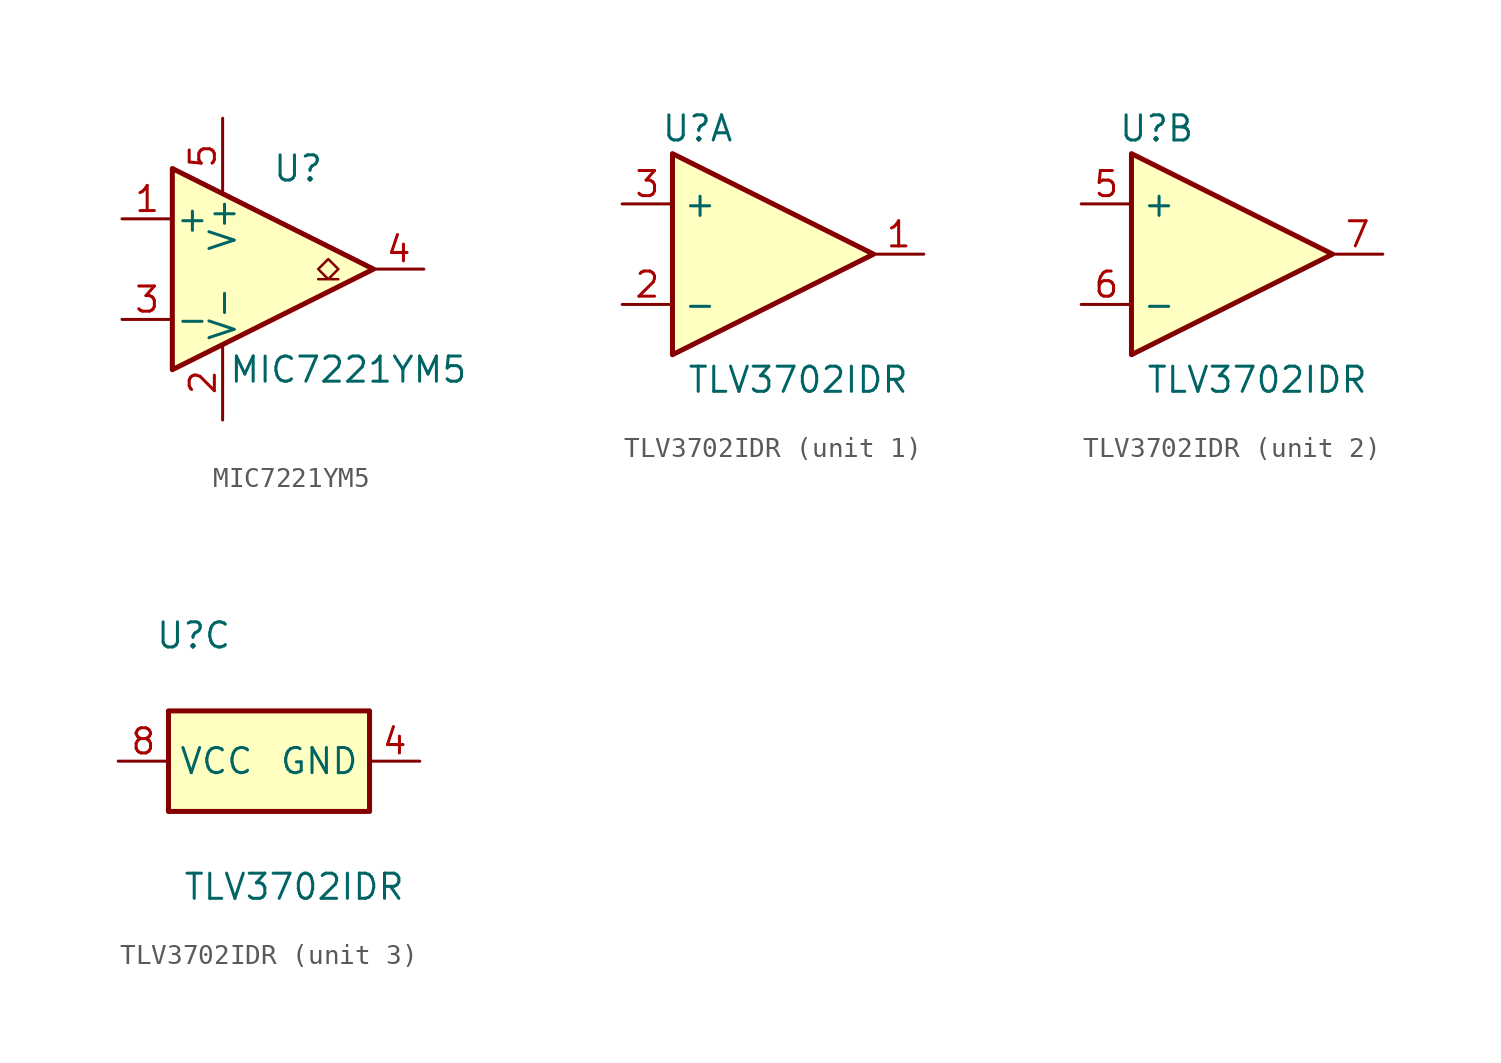
<source format=kicad_sym>
(kicad_symbol_lib
  (version 20211014)
  (generator kicad_symbol_editor)
  (symbol "MIC7221YM5"
    (pin_names
      (offset 0.127))
    (property "Reference" "U"
      (at 1.27 5.08 0)
      (effects (font (size 1.27 1.27))))
    (property "Value" "MIC7221YM5"
      (at 3.81 -5.08 0)
      (effects (font (size 1.27 1.27))))
    (symbol "MIC7221YM5_0_1"
      (polyline (pts (xy -5.08 5.08) (xy 5.08 0) (xy -5.08 -5.08) (xy -5.08 5.08)) (stroke (width 0.254) (type default) (color 0 0 0 0)) (fill (type background)))
      (polyline (pts (xy 3.302 -0.508) (xy 2.794 -0.508) (xy 3.302 0) (xy 2.794 0.508) (xy 2.286 0) (xy 2.794 -0.508) (xy 2.286 -0.508)) (stroke (width 0.127) (type default) (color 0 0 0 0)) (fill (type none))))
    (symbol "MIC7221YM5_1_1"
      (pin input line (at -7.62 2.54 0) (length 2.54) (name "+" (effects (font (size 1.27 1.27)))) (number "1" (effects (font (size 1.27 1.27)))))
      (pin power_in line (at -2.54 -7.62 90) (length 3.81) (name "V-" (effects (font (size 1.27 1.27)))) (number "2" (effects (font (size 1.27 1.27)))))
      (pin input line (at -7.62 -2.54 0) (length 2.54) (name "-" (effects (font (size 1.27 1.27)))) (number "3" (effects (font (size 1.27 1.27)))))
      (pin open_collector line (at 7.62 0 180) (length 2.54) (name "~" (effects (font (size 1.27 1.27)))) (number "4" (effects (font (size 1.27 1.27)))))
      (pin power_in line (at -2.54 7.62 270) (length 3.81) (name "V+" (effects (font (size 1.27 1.27)))) (number "5" (effects (font (size 1.27 1.27)))))))
  (symbol "TLV3702IDR"
    (property "Reference" "U"
      (at -3.81 6.35 0)
      (effects (font (size 1.27 1.27))))
    (property "Value" "TLV3702IDR"
      (at 1.27 -6.35 0)
      (effects (font (size 1.27 1.27))))
    (property "ki_locked" ""
      (at 0 0 0)
      (effects (font (size 1.27 1.27))))
    (symbol "TLV3702IDR_1_1"
      (polyline (pts (xy -5.08 5.08) (xy 5.08 0) (xy -5.08 -5.08) (xy -5.08 5.08)) (stroke (width 0.254) (type default) (color 0 0 0 0)) (fill (type background)))
      (pin output line (at 7.62 0 180) (length 2.54) (name "~" (effects (font (size 1.27 1.27)))) (number "1" (effects (font (size 1.27 1.27)))))
      (pin input line (at -7.62 -2.54 0) (length 2.54) (name "-" (effects (font (size 1.27 1.27)))) (number "2" (effects (font (size 1.27 1.27)))))
      (pin input line (at -7.62 2.54 0) (length 2.54) (name "+" (effects (font (size 1.27 1.27)))) (number "3" (effects (font (size 1.27 1.27))))))
    (symbol "TLV3702IDR_2_1"
      (polyline (pts (xy -5.08 5.08) (xy 5.08 0) (xy -5.08 -5.08) (xy -5.08 5.08)) (stroke (width 0.254) (type default) (color 0 0 0 0)) (fill (type background)))
      (pin input line (at -7.62 2.54 0) (length 2.54) (name "+" (effects (font (size 1.27 1.27)))) (number "5" (effects (font (size 1.27 1.27)))))
      (pin input line (at -7.62 -2.54 0) (length 2.54) (name "-" (effects (font (size 1.27 1.27)))) (number "6" (effects (font (size 1.27 1.27)))))
      (pin output line (at 7.62 0 180) (length 2.54) (name "~" (effects (font (size 1.27 1.27)))) (number "7" (effects (font (size 1.27 1.27))))))
    (symbol "TLV3702IDR_3_1"
      (rectangle (start -5.08 2.54) (end 5.08 -2.54) (stroke (width 0.254) (type default) (color 0 0 0 0)) (fill (type background)))
      (pin power_in line (at 7.62 0 180) (length 2.54) (name "GND" (effects (font (size 1.27 1.27)))) (number "4" (effects (font (size 1.27 1.27)))))
      (pin power_in line (at -7.62 0 0) (length 2.54) (name "VCC" (effects (font (size 1.27 1.27)))) (number "8" (effects (font (size 1.27 1.27))))))))
</source>
